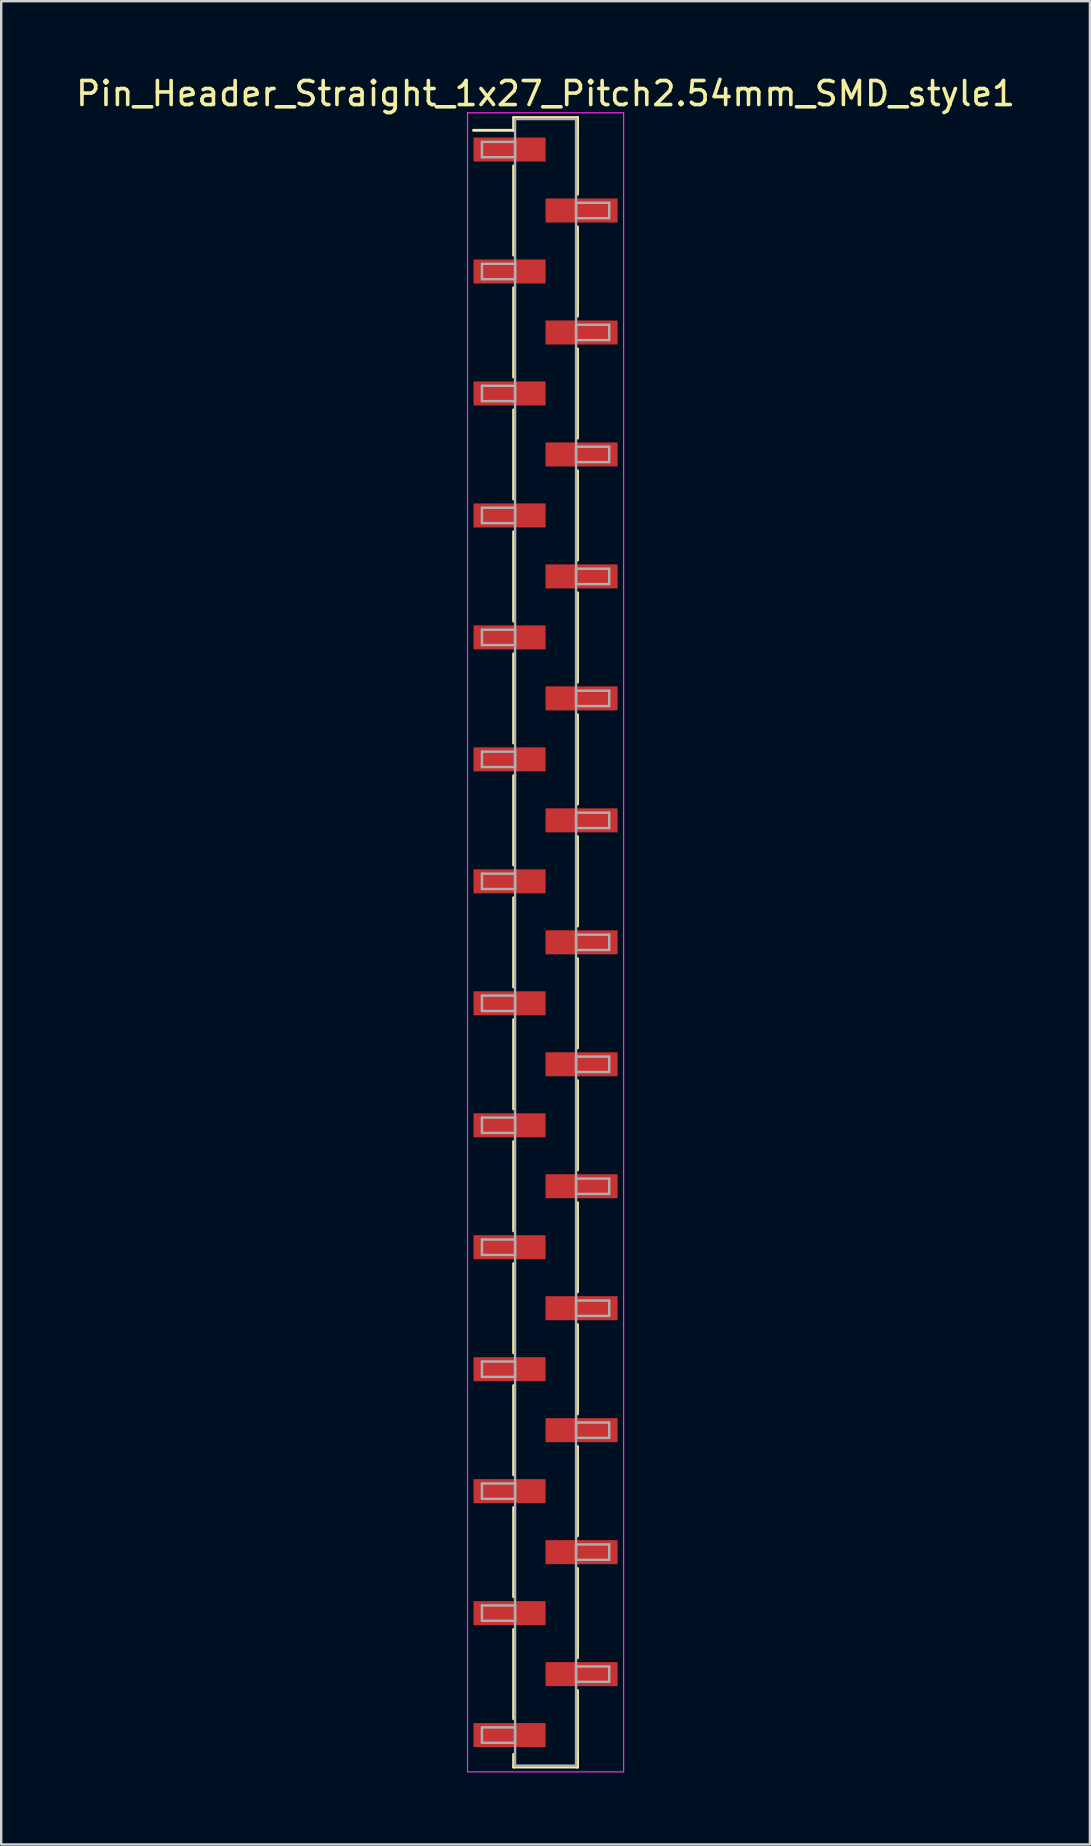
<source format=kicad_pcb>
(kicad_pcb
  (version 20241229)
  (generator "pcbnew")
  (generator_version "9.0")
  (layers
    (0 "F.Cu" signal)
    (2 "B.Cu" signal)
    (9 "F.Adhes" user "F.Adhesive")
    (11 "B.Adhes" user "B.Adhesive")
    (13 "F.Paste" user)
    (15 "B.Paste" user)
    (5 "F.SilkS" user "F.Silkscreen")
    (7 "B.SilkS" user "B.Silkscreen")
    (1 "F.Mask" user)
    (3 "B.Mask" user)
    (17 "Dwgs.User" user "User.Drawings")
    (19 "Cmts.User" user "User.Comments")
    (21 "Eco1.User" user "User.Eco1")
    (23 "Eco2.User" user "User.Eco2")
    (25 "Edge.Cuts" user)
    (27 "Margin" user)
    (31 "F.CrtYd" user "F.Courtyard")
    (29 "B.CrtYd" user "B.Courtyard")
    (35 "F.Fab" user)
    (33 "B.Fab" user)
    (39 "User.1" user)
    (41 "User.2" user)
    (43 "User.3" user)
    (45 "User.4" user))
  (footprint "Pin_Header_Straight_1x27_Pitch2.54mm_SMD_style1"
    (layer "F.Cu")
    (at 19.673 36.198)
    (property "Reference" "Pin_Header_Straight_1x27_Pitch2.54mm_SMD_style1" (at 0 -35.35 0) (layer "F.SilkS") (effects (font (size 1 1) (thickness 0.15))))
    (attr smd)
    (fp_line (start -1.33 -34.35) (end 1.33 -34.35) (stroke (width 0.12) (type solid)) (layer "F.SilkS"))
    (fp_line (start -1.33 -33.82) (end -3 -33.82) (stroke (width 0.12) (type solid)) (layer "F.SilkS"))
    (fp_line (start -1.33 -33.82) (end -1.33 -34.35) (stroke (width 0.12) (type solid)) (layer "F.SilkS"))
    (fp_line (start -1.33 -32.34) (end -1.33 -28.62) (stroke (width 0.12) (type solid)) (layer "F.SilkS"))
    (fp_line (start -1.33 -27.26) (end -1.33 -23.54) (stroke (width 0.12) (type solid)) (layer "F.SilkS"))
    (fp_line (start -1.33 -22.18) (end -1.33 -18.46) (stroke (width 0.12) (type solid)) (layer "F.SilkS"))
    (fp_line (start -1.33 -17.1) (end -1.33 -13.38) (stroke (width 0.12) (type solid)) (layer "F.SilkS"))
    (fp_line (start -1.33 -12.02) (end -1.33 -8.3) (stroke (width 0.12) (type solid)) (layer "F.SilkS"))
    (fp_line (start -1.33 -6.94) (end -1.33 -3.22) (stroke (width 0.12) (type solid)) (layer "F.SilkS"))
    (fp_line (start -1.33 -1.86) (end -1.33 1.86) (stroke (width 0.12) (type solid)) (layer "F.SilkS"))
    (fp_line (start -1.33 3.22) (end -1.33 6.94) (stroke (width 0.12) (type solid)) (layer "F.SilkS"))
    (fp_line (start -1.33 8.3) (end -1.33 12.02) (stroke (width 0.12) (type solid)) (layer "F.SilkS"))
    (fp_line (start -1.33 13.38) (end -1.33 17.1) (stroke (width 0.12) (type solid)) (layer "F.SilkS"))
    (fp_line (start -1.33 18.46) (end -1.33 22.18) (stroke (width 0.12) (type solid)) (layer "F.SilkS"))
    (fp_line (start -1.33 23.54) (end -1.33 27.26) (stroke (width 0.12) (type solid)) (layer "F.SilkS"))
    (fp_line (start -1.33 28.62) (end -1.33 32.34) (stroke (width 0.12) (type solid)) (layer "F.SilkS"))
    (fp_line (start -1.33 33.82) (end -1.33 34.35) (stroke (width 0.12) (type solid)) (layer "F.SilkS"))
    (fp_line (start -1.33 34.35) (end 1.33 34.35) (stroke (width 0.12) (type solid)) (layer "F.SilkS"))
    (fp_line (start 1.33 -34.35) (end 1.33 -33.82) (stroke (width 0.12) (type solid)) (layer "F.SilkS"))
    (fp_line (start 1.33 -34.35) (end 1.33 -31.16) (stroke (width 0.12) (type solid)) (layer "F.SilkS"))
    (fp_line (start 1.33 -29.8) (end 1.33 -26.08) (stroke (width 0.12) (type solid)) (layer "F.SilkS"))
    (fp_line (start 1.33 -24.72) (end 1.33 -21) (stroke (width 0.12) (type solid)) (layer "F.SilkS"))
    (fp_line (start 1.33 -19.64) (end 1.33 -15.92) (stroke (width 0.12) (type solid)) (layer "F.SilkS"))
    (fp_line (start 1.33 -14.56) (end 1.33 -10.84) (stroke (width 0.12) (type solid)) (layer "F.SilkS"))
    (fp_line (start 1.33 -9.48) (end 1.33 -5.76) (stroke (width 0.12) (type solid)) (layer "F.SilkS"))
    (fp_line (start 1.33 -4.4) (end 1.33 -0.68) (stroke (width 0.12) (type solid)) (layer "F.SilkS"))
    (fp_line (start 1.33 0.68) (end 1.33 4.4) (stroke (width 0.12) (type solid)) (layer "F.SilkS"))
    (fp_line (start 1.33 5.76) (end 1.33 9.48) (stroke (width 0.12) (type solid)) (layer "F.SilkS"))
    (fp_line (start 1.33 10.84) (end 1.33 14.56) (stroke (width 0.12) (type solid)) (layer "F.SilkS"))
    (fp_line (start 1.33 15.92) (end 1.33 19.64) (stroke (width 0.12) (type solid)) (layer "F.SilkS"))
    (fp_line (start 1.33 21) (end 1.33 24.72) (stroke (width 0.12) (type solid)) (layer "F.SilkS"))
    (fp_line (start 1.33 26.08) (end 1.33 29.8) (stroke (width 0.12) (type solid)) (layer "F.SilkS"))
    (fp_line (start 1.33 31.16) (end 1.33 34.35) (stroke (width 0.12) (type solid)) (layer "F.SilkS"))
    (fp_line (start 1.33 34.35) (end 1.33 33.82) (stroke (width 0.12) (type solid)) (layer "F.SilkS"))
    (fp_line (start -3.25 -34.55) (end -3.25 34.55) (stroke (width 0.05) (type solid)) (layer "F.CrtYd"))
    (fp_line (start -3.25 34.55) (end 3.25 34.55) (stroke (width 0.05) (type solid)) (layer "F.CrtYd"))
    (fp_line (start 3.25 -34.55) (end -3.25 -34.55) (stroke (width 0.05) (type solid)) (layer "F.CrtYd"))
    (fp_line (start 3.25 34.55) (end 3.25 -34.55) (stroke (width 0.05) (type solid)) (layer "F.CrtYd"))
    (fp_line (start -2.65 -33.34) (end -1.27 -33.34) (stroke (width 0.1) (type solid)) (layer "F.Fab"))
    (fp_line (start -2.65 -32.7) (end -2.65 -33.34) (stroke (width 0.1) (type solid)) (layer "F.Fab"))
    (fp_line (start -2.65 -28.26) (end -1.27 -28.26) (stroke (width 0.1) (type solid)) (layer "F.Fab"))
    (fp_line (start -2.65 -27.62) (end -2.65 -28.26) (stroke (width 0.1) (type solid)) (layer "F.Fab"))
    (fp_line (start -2.65 -23.18) (end -1.27 -23.18) (stroke (width 0.1) (type solid)) (layer "F.Fab"))
    (fp_line (start -2.65 -22.54) (end -2.65 -23.18) (stroke (width 0.1) (type solid)) (layer "F.Fab"))
    (fp_line (start -2.65 -18.1) (end -1.27 -18.1) (stroke (width 0.1) (type solid)) (layer "F.Fab"))
    (fp_line (start -2.65 -17.46) (end -2.65 -18.1) (stroke (width 0.1) (type solid)) (layer "F.Fab"))
    (fp_line (start -2.65 -13.02) (end -1.27 -13.02) (stroke (width 0.1) (type solid)) (layer "F.Fab"))
    (fp_line (start -2.65 -12.38) (end -2.65 -13.02) (stroke (width 0.1) (type solid)) (layer "F.Fab"))
    (fp_line (start -2.65 -7.94) (end -1.27 -7.94) (stroke (width 0.1) (type solid)) (layer "F.Fab"))
    (fp_line (start -2.65 -7.3) (end -2.65 -7.94) (stroke (width 0.1) (type solid)) (layer "F.Fab"))
    (fp_line (start -2.65 -2.86) (end -1.27 -2.86) (stroke (width 0.1) (type solid)) (layer "F.Fab"))
    (fp_line (start -2.65 -2.22) (end -2.65 -2.86) (stroke (width 0.1) (type solid)) (layer "F.Fab"))
    (fp_line (start -2.65 2.22) (end -1.27 2.22) (stroke (width 0.1) (type solid)) (layer "F.Fab"))
    (fp_line (start -2.65 2.86) (end -2.65 2.22) (stroke (width 0.1) (type solid)) (layer "F.Fab"))
    (fp_line (start -2.65 7.3) (end -1.27 7.3) (stroke (width 0.1) (type solid)) (layer "F.Fab"))
    (fp_line (start -2.65 7.94) (end -2.65 7.3) (stroke (width 0.1) (type solid)) (layer "F.Fab"))
    (fp_line (start -2.65 12.38) (end -1.27 12.38) (stroke (width 0.1) (type solid)) (layer "F.Fab"))
    (fp_line (start -2.65 13.02) (end -2.65 12.38) (stroke (width 0.1) (type solid)) (layer "F.Fab"))
    (fp_line (start -2.65 17.46) (end -1.27 17.46) (stroke (width 0.1) (type solid)) (layer "F.Fab"))
    (fp_line (start -2.65 18.1) (end -2.65 17.46) (stroke (width 0.1) (type solid)) (layer "F.Fab"))
    (fp_line (start -2.65 22.54) (end -1.27 22.54) (stroke (width 0.1) (type solid)) (layer "F.Fab"))
    (fp_line (start -2.65 23.18) (end -2.65 22.54) (stroke (width 0.1) (type solid)) (layer "F.Fab"))
    (fp_line (start -2.65 27.62) (end -1.27 27.62) (stroke (width 0.1) (type solid)) (layer "F.Fab"))
    (fp_line (start -2.65 28.26) (end -2.65 27.62) (stroke (width 0.1) (type solid)) (layer "F.Fab"))
    (fp_line (start -2.65 32.7) (end -1.27 32.7) (stroke (width 0.1) (type solid)) (layer "F.Fab"))
    (fp_line (start -2.65 33.34) (end -2.65 32.7) (stroke (width 0.1) (type solid)) (layer "F.Fab"))
    (fp_line (start -1.27 -34.29) (end -1.27 34.29) (stroke (width 0.1) (type solid)) (layer "F.Fab"))
    (fp_line (start -1.27 -33.34) (end -1.27 -32.7) (stroke (width 0.1) (type solid)) (layer "F.Fab"))
    (fp_line (start -1.27 -32.7) (end -2.65 -32.7) (stroke (width 0.1) (type solid)) (layer "F.Fab"))
    (fp_line (start -1.27 -28.26) (end -1.27 -27.62) (stroke (width 0.1) (type solid)) (layer "F.Fab"))
    (fp_line (start -1.27 -27.62) (end -2.65 -27.62) (stroke (width 0.1) (type solid)) (layer "F.Fab"))
    (fp_line (start -1.27 -23.18) (end -1.27 -22.54) (stroke (width 0.1) (type solid)) (layer "F.Fab"))
    (fp_line (start -1.27 -22.54) (end -2.65 -22.54) (stroke (width 0.1) (type solid)) (layer "F.Fab"))
    (fp_line (start -1.27 -18.1) (end -1.27 -17.46) (stroke (width 0.1) (type solid)) (layer "F.Fab"))
    (fp_line (start -1.27 -17.46) (end -2.65 -17.46) (stroke (width 0.1) (type solid)) (layer "F.Fab"))
    (fp_line (start -1.27 -13.02) (end -1.27 -12.38) (stroke (width 0.1) (type solid)) (layer "F.Fab"))
    (fp_line (start -1.27 -12.38) (end -2.65 -12.38) (stroke (width 0.1) (type solid)) (layer "F.Fab"))
    (fp_line (start -1.27 -7.94) (end -1.27 -7.3) (stroke (width 0.1) (type solid)) (layer "F.Fab"))
    (fp_line (start -1.27 -7.3) (end -2.65 -7.3) (stroke (width 0.1) (type solid)) (layer "F.Fab"))
    (fp_line (start -1.27 -2.86) (end -1.27 -2.22) (stroke (width 0.1) (type solid)) (layer "F.Fab"))
    (fp_line (start -1.27 -2.22) (end -2.65 -2.22) (stroke (width 0.1) (type solid)) (layer "F.Fab"))
    (fp_line (start -1.27 2.22) (end -1.27 2.86) (stroke (width 0.1) (type solid)) (layer "F.Fab"))
    (fp_line (start -1.27 2.86) (end -2.65 2.86) (stroke (width 0.1) (type solid)) (layer "F.Fab"))
    (fp_line (start -1.27 7.3) (end -1.27 7.94) (stroke (width 0.1) (type solid)) (layer "F.Fab"))
    (fp_line (start -1.27 7.94) (end -2.65 7.94) (stroke (width 0.1) (type solid)) (layer "F.Fab"))
    (fp_line (start -1.27 12.38) (end -1.27 13.02) (stroke (width 0.1) (type solid)) (layer "F.Fab"))
    (fp_line (start -1.27 13.02) (end -2.65 13.02) (stroke (width 0.1) (type solid)) (layer "F.Fab"))
    (fp_line (start -1.27 17.46) (end -1.27 18.1) (stroke (width 0.1) (type solid)) (layer "F.Fab"))
    (fp_line (start -1.27 18.1) (end -2.65 18.1) (stroke (width 0.1) (type solid)) (layer "F.Fab"))
    (fp_line (start -1.27 22.54) (end -1.27 23.18) (stroke (width 0.1) (type solid)) (layer "F.Fab"))
    (fp_line (start -1.27 23.18) (end -2.65 23.18) (stroke (width 0.1) (type solid)) (layer "F.Fab"))
    (fp_line (start -1.27 27.62) (end -1.27 28.26) (stroke (width 0.1) (type solid)) (layer "F.Fab"))
    (fp_line (start -1.27 28.26) (end -2.65 28.26) (stroke (width 0.1) (type solid)) (layer "F.Fab"))
    (fp_line (start -1.27 32.7) (end -1.27 33.34) (stroke (width 0.1) (type solid)) (layer "F.Fab"))
    (fp_line (start -1.27 33.34) (end -2.65 33.34) (stroke (width 0.1) (type solid)) (layer "F.Fab"))
    (fp_line (start -1.27 34.29) (end 1.27 34.29) (stroke (width 0.1) (type solid)) (layer "F.Fab"))
    (fp_line (start 1.27 -34.29) (end -1.27 -34.29) (stroke (width 0.1) (type solid)) (layer "F.Fab"))
    (fp_line (start 1.27 -30.8) (end 1.27 -30.16) (stroke (width 0.1) (type solid)) (layer "F.Fab"))
    (fp_line (start 1.27 -30.16) (end 2.65 -30.16) (stroke (width 0.1) (type solid)) (layer "F.Fab"))
    (fp_line (start 1.27 -25.72) (end 1.27 -25.08) (stroke (width 0.1) (type solid)) (layer "F.Fab"))
    (fp_line (start 1.27 -25.08) (end 2.65 -25.08) (stroke (width 0.1) (type solid)) (layer "F.Fab"))
    (fp_line (start 1.27 -20.64) (end 1.27 -20) (stroke (width 0.1) (type solid)) (layer "F.Fab"))
    (fp_line (start 1.27 -20) (end 2.65 -20) (stroke (width 0.1) (type solid)) (layer "F.Fab"))
    (fp_line (start 1.27 -15.56) (end 1.27 -14.92) (stroke (width 0.1) (type solid)) (layer "F.Fab"))
    (fp_line (start 1.27 -14.92) (end 2.65 -14.92) (stroke (width 0.1) (type solid)) (layer "F.Fab"))
    (fp_line (start 1.27 -10.48) (end 1.27 -9.84) (stroke (width 0.1) (type solid)) (layer "F.Fab"))
    (fp_line (start 1.27 -9.84) (end 2.65 -9.84) (stroke (width 0.1) (type solid)) (layer "F.Fab"))
    (fp_line (start 1.27 -5.4) (end 1.27 -4.76) (stroke (width 0.1) (type solid)) (layer "F.Fab"))
    (fp_line (start 1.27 -4.76) (end 2.65 -4.76) (stroke (width 0.1) (type solid)) (layer "F.Fab"))
    (fp_line (start 1.27 -0.32) (end 1.27 0.32) (stroke (width 0.1) (type solid)) (layer "F.Fab"))
    (fp_line (start 1.27 0.32) (end 2.65 0.32) (stroke (width 0.1) (type solid)) (layer "F.Fab"))
    (fp_line (start 1.27 4.76) (end 1.27 5.4) (stroke (width 0.1) (type solid)) (layer "F.Fab"))
    (fp_line (start 1.27 5.4) (end 2.65 5.4) (stroke (width 0.1) (type solid)) (layer "F.Fab"))
    (fp_line (start 1.27 9.84) (end 1.27 10.48) (stroke (width 0.1) (type solid)) (layer "F.Fab"))
    (fp_line (start 1.27 10.48) (end 2.65 10.48) (stroke (width 0.1) (type solid)) (layer "F.Fab"))
    (fp_line (start 1.27 14.92) (end 1.27 15.56) (stroke (width 0.1) (type solid)) (layer "F.Fab"))
    (fp_line (start 1.27 15.56) (end 2.65 15.56) (stroke (width 0.1) (type solid)) (layer "F.Fab"))
    (fp_line (start 1.27 20) (end 1.27 20.64) (stroke (width 0.1) (type solid)) (layer "F.Fab"))
    (fp_line (start 1.27 20.64) (end 2.65 20.64) (stroke (width 0.1) (type solid)) (layer "F.Fab"))
    (fp_line (start 1.27 25.08) (end 1.27 25.72) (stroke (width 0.1) (type solid)) (layer "F.Fab"))
    (fp_line (start 1.27 25.72) (end 2.65 25.72) (stroke (width 0.1) (type solid)) (layer "F.Fab"))
    (fp_line (start 1.27 30.16) (end 1.27 30.8) (stroke (width 0.1) (type solid)) (layer "F.Fab"))
    (fp_line (start 1.27 30.8) (end 2.65 30.8) (stroke (width 0.1) (type solid)) (layer "F.Fab"))
    (fp_line (start 1.27 34.29) (end 1.27 -34.29) (stroke (width 0.1) (type solid)) (layer "F.Fab"))
    (fp_line (start 2.65 -30.8) (end 1.27 -30.8) (stroke (width 0.1) (type solid)) (layer "F.Fab"))
    (fp_line (start 2.65 -30.16) (end 2.65 -30.8) (stroke (width 0.1) (type solid)) (layer "F.Fab"))
    (fp_line (start 2.65 -25.72) (end 1.27 -25.72) (stroke (width 0.1) (type solid)) (layer "F.Fab"))
    (fp_line (start 2.65 -25.08) (end 2.65 -25.72) (stroke (width 0.1) (type solid)) (layer "F.Fab"))
    (fp_line (start 2.65 -20.64) (end 1.27 -20.64) (stroke (width 0.1) (type solid)) (layer "F.Fab"))
    (fp_line (start 2.65 -20) (end 2.65 -20.64) (stroke (width 0.1) (type solid)) (layer "F.Fab"))
    (fp_line (start 2.65 -15.56) (end 1.27 -15.56) (stroke (width 0.1) (type solid)) (layer "F.Fab"))
    (fp_line (start 2.65 -14.92) (end 2.65 -15.56) (stroke (width 0.1) (type solid)) (layer "F.Fab"))
    (fp_line (start 2.65 -10.48) (end 1.27 -10.48) (stroke (width 0.1) (type solid)) (layer "F.Fab"))
    (fp_line (start 2.65 -9.84) (end 2.65 -10.48) (stroke (width 0.1) (type solid)) (layer "F.Fab"))
    (fp_line (start 2.65 -5.4) (end 1.27 -5.4) (stroke (width 0.1) (type solid)) (layer "F.Fab"))
    (fp_line (start 2.65 -4.76) (end 2.65 -5.4) (stroke (width 0.1) (type solid)) (layer "F.Fab"))
    (fp_line (start 2.65 -0.32) (end 1.27 -0.32) (stroke (width 0.1) (type solid)) (layer "F.Fab"))
    (fp_line (start 2.65 0.32) (end 2.65 -0.32) (stroke (width 0.1) (type solid)) (layer "F.Fab"))
    (fp_line (start 2.65 4.76) (end 1.27 4.76) (stroke (width 0.1) (type solid)) (layer "F.Fab"))
    (fp_line (start 2.65 5.4) (end 2.65 4.76) (stroke (width 0.1) (type solid)) (layer "F.Fab"))
    (fp_line (start 2.65 9.84) (end 1.27 9.84) (stroke (width 0.1) (type solid)) (layer "F.Fab"))
    (fp_line (start 2.65 10.48) (end 2.65 9.84) (stroke (width 0.1) (type solid)) (layer "F.Fab"))
    (fp_line (start 2.65 14.92) (end 1.27 14.92) (stroke (width 0.1) (type solid)) (layer "F.Fab"))
    (fp_line (start 2.65 15.56) (end 2.65 14.92) (stroke (width 0.1) (type solid)) (layer "F.Fab"))
    (fp_line (start 2.65 20) (end 1.27 20) (stroke (width 0.1) (type solid)) (layer "F.Fab"))
    (fp_line (start 2.65 20.64) (end 2.65 20) (stroke (width 0.1) (type solid)) (layer "F.Fab"))
    (fp_line (start 2.65 25.08) (end 1.27 25.08) (stroke (width 0.1) (type solid)) (layer "F.Fab"))
    (fp_line (start 2.65 25.72) (end 2.65 25.08) (stroke (width 0.1) (type solid)) (layer "F.Fab"))
    (fp_line (start 2.65 30.16) (end 1.27 30.16) (stroke (width 0.1) (type solid)) (layer "F.Fab"))
    (fp_line (start 2.65 30.8) (end 2.65 30.16) (stroke (width 0.1) (type solid)) (layer "F.Fab"))
    (pad "1" smd rect (at -1.5 -33.02) (size 3 1) (layers "F.Cu" "F.Mask"))
    (pad "2" smd rect (at 1.5 -30.48) (size 3 1) (layers "F.Cu" "F.Mask"))
    (pad "3" smd rect (at -1.5 -27.94) (size 3 1) (layers "F.Cu" "F.Mask"))
    (pad "4" smd rect (at 1.5 -25.4) (size 3 1) (layers "F.Cu" "F.Mask"))
    (pad "5" smd rect (at -1.5 -22.86) (size 3 1) (layers "F.Cu" "F.Mask"))
    (pad "6" smd rect (at 1.5 -20.32) (size 3 1) (layers "F.Cu" "F.Mask"))
    (pad "7" smd rect (at -1.5 -17.78) (size 3 1) (layers "F.Cu" "F.Mask"))
    (pad "8" smd rect (at 1.5 -15.24) (size 3 1) (layers "F.Cu" "F.Mask"))
    (pad "9" smd rect (at -1.5 -12.7) (size 3 1) (layers "F.Cu" "F.Mask"))
    (pad "10" smd rect (at 1.5 -10.16) (size 3 1) (layers "F.Cu" "F.Mask"))
    (pad "11" smd rect (at -1.5 -7.62) (size 3 1) (layers "F.Cu" "F.Mask"))
    (pad "12" smd rect (at 1.5 -5.08) (size 3 1) (layers "F.Cu" "F.Mask"))
    (pad "13" smd rect (at -1.5 -2.54) (size 3 1) (layers "F.Cu" "F.Mask"))
    (pad "14" smd rect (at 1.5 0) (size 3 1) (layers "F.Cu" "F.Mask"))
    (pad "15" smd rect (at -1.5 2.54) (size 3 1) (layers "F.Cu" "F.Mask"))
    (pad "16" smd rect (at 1.5 5.08) (size 3 1) (layers "F.Cu" "F.Mask"))
    (pad "17" smd rect (at -1.5 7.62) (size 3 1) (layers "F.Cu" "F.Mask"))
    (pad "18" smd rect (at 1.5 10.16) (size 3 1) (layers "F.Cu" "F.Mask"))
    (pad "19" smd rect (at -1.5 12.7) (size 3 1) (layers "F.Cu" "F.Mask"))
    (pad "20" smd rect (at 1.5 15.24) (size 3 1) (layers "F.Cu" "F.Mask"))
    (pad "21" smd rect (at -1.5 17.78) (size 3 1) (layers "F.Cu" "F.Mask"))
    (pad "22" smd rect (at 1.5 20.32) (size 3 1) (layers "F.Cu" "F.Mask"))
    (pad "23" smd rect (at -1.5 22.86) (size 3 1) (layers "F.Cu" "F.Mask"))
    (pad "24" smd rect (at 1.5 25.4) (size 3 1) (layers "F.Cu" "F.Mask"))
    (pad "25" smd rect (at -1.5 27.94) (size 3 1) (layers "F.Cu" "F.Mask"))
    (pad "26" smd rect (at 1.5 30.48) (size 3 1) (layers "F.Cu" "F.Mask"))
    (pad "27" smd rect (at -1.5 33.02) (size 3 1) (layers "F.Cu" "F.Mask")))
  (gr_rect
    (start -3 -3)
    (end 42.345 73.773)
    (stroke (width 0.1) (type default))
    (fill no)
    (layer "Edge.Cuts")))
</source>
